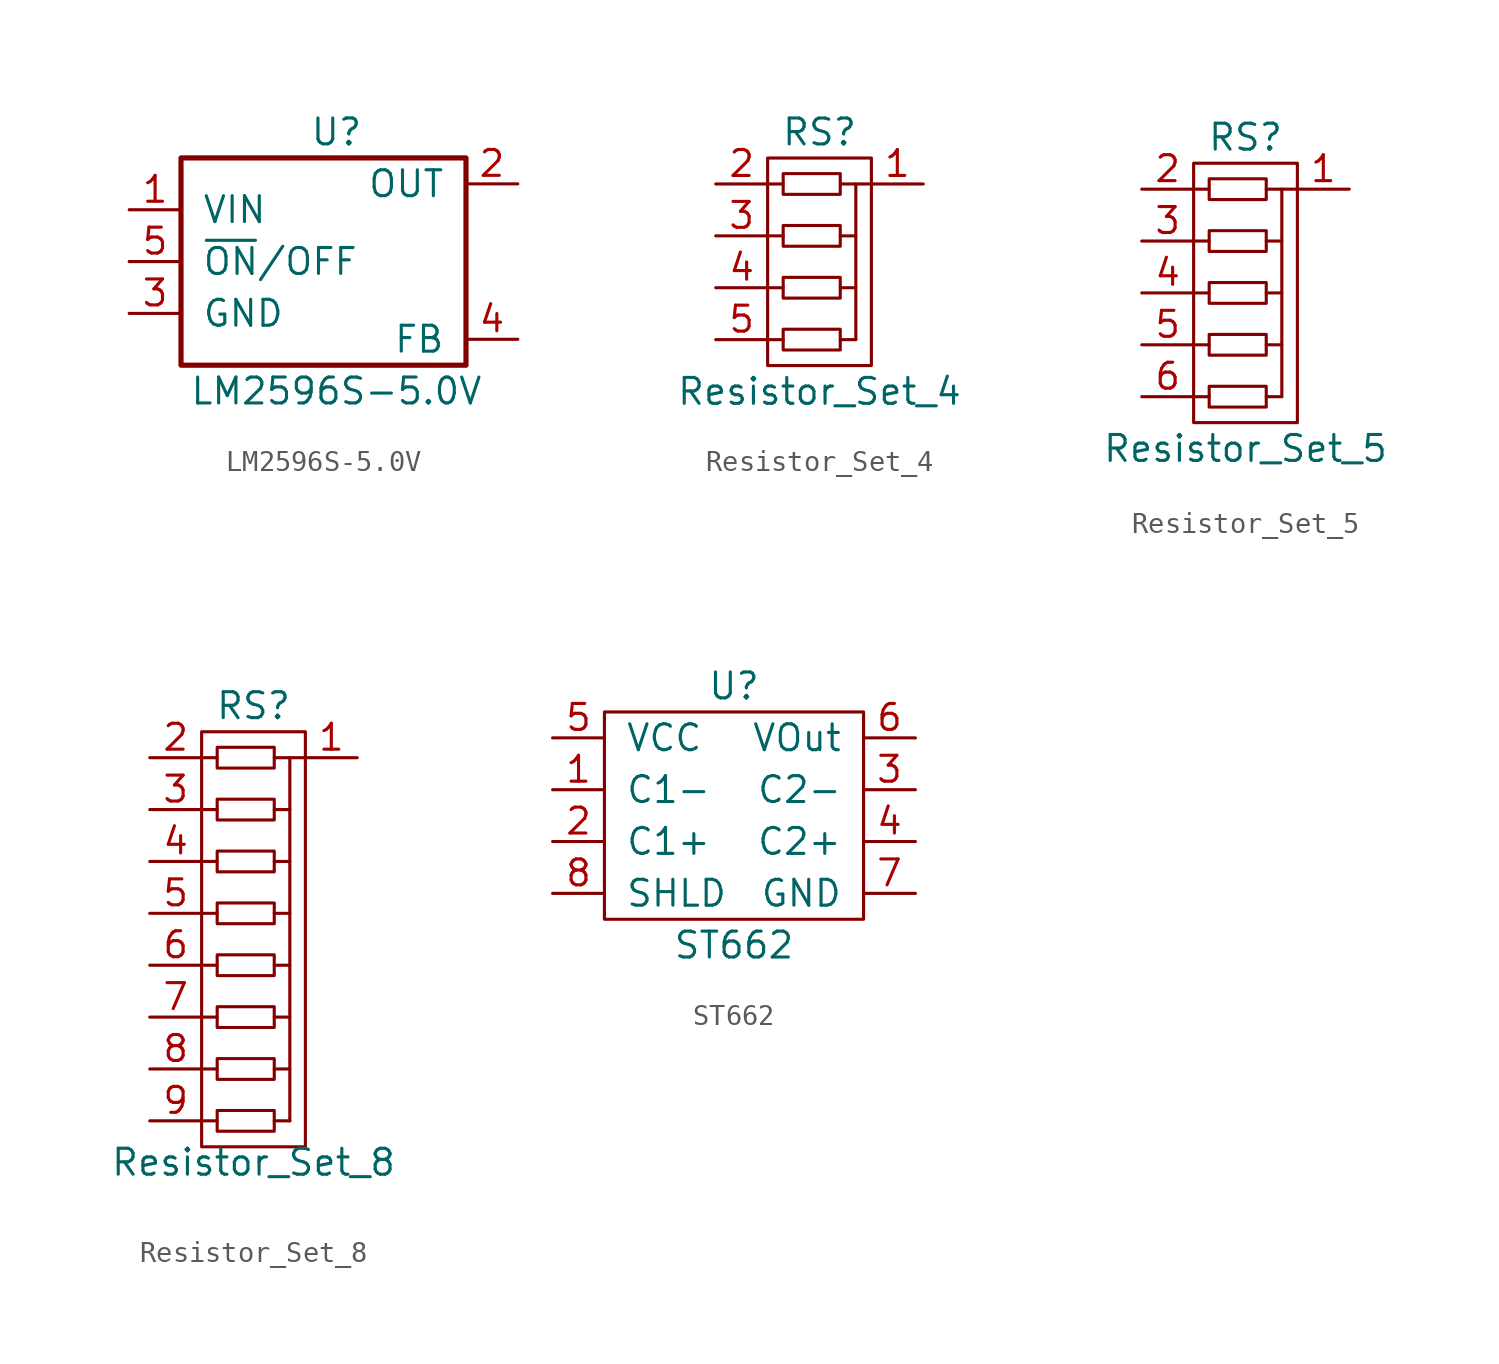
<source format=kicad_sym>
(kicad_symbol_lib
  (version 20211014)
  (generator kicad_symbol_editor)
  (symbol "LM2596S-5.0V"
    (pin_names
      (offset 1.016))
    (property "Reference" "U"
      (at 0 6.35 0)
      (effects (font (size 1.27 1.27))))
    (property "Value" "LM2596S-5.0V"
      (at 0 -6.35 0)
      (effects (font (size 1.27 1.27))))
    (symbol "LM2596S-5.0V_1_1"
      (rectangle (start -7.62 5.08) (end 6.35 -5.08) (stroke (width 0.254) (type default) (color 0 0 0 0)) (fill (type none)))
      (pin power_in line (at -10.16 2.54 0) (length 2.54) (name "VIN" (effects (font (size 1.27 1.27)))) (number "1" (effects (font (size 1.27 1.27)))))
      (pin power_out line (at 8.89 3.81 180) (length 2.54) (name "OUT" (effects (font (size 1.27 1.27)))) (number "2" (effects (font (size 1.27 1.27)))))
      (pin power_in line (at -10.16 -2.54 0) (length 2.54) (name "GND" (effects (font (size 1.27 1.27)))) (number "3" (effects (font (size 1.27 1.27)))))
      (pin input line (at 8.89 -3.81 180) (length 2.54) (name "FB" (effects (font (size 1.27 1.27)))) (number "4" (effects (font (size 1.27 1.27)))))
      (pin input line (at -10.16 0 0) (length 2.54) (name "~{ON}/OFF" (effects (font (size 1.27 1.27)))) (number "5" (effects (font (size 1.27 1.27)))))))
  (symbol "Resistor_Set_4"
    (pin_names
      (offset 1.016) hide)
    (property "Reference" "RS"
      (at 0 6.35 0)
      (effects (font (size 1.27 1.27))))
    (property "Value" "Resistor_Set_4"
      (at 0 -6.35 0)
      (effects (font (size 1.27 1.27))))
    (symbol "Resistor_Set_4_1_1"
      (rectangle (start -2.54 -5.08) (end 2.54 5.08) (stroke (width 0) (type default) (color 0 0 0 0)) (fill (type none)))
      (rectangle (start -1.778 -4.318) (end 1.016 -3.302) (stroke (width 0) (type default) (color 0 0 0 0)) (fill (type none)))
      (rectangle (start -1.778 -1.778) (end 1.016 -0.762) (stroke (width 0) (type default) (color 0 0 0 0)) (fill (type none)))
      (rectangle (start -1.778 0.762) (end 1.016 1.778) (stroke (width 0) (type default) (color 0 0 0 0)) (fill (type none)))
      (rectangle (start -1.778 3.302) (end 1.016 4.318) (stroke (width 0) (type default) (color 0 0 0 0)) (fill (type none)))
      (polyline (pts (xy -2.54 -3.81) (xy -1.778 -3.81)) (stroke (width 0) (type default) (color 0 0 0 0)) (fill (type none)))
      (polyline (pts (xy -2.54 -1.27) (xy -1.778 -1.27)) (stroke (width 0) (type default) (color 0 0 0 0)) (fill (type none)))
      (polyline (pts (xy -2.54 1.27) (xy -1.778 1.27)) (stroke (width 0) (type default) (color 0 0 0 0)) (fill (type none)))
      (polyline (pts (xy -2.54 3.81) (xy -1.778 3.81)) (stroke (width 0) (type default) (color 0 0 0 0)) (fill (type none)))
      (polyline (pts (xy 1.016 -3.81) (xy 1.778 -3.81)) (stroke (width 0) (type default) (color 0 0 0 0)) (fill (type none)))
      (polyline (pts (xy 1.016 -1.27) (xy 1.778 -1.27)) (stroke (width 0) (type default) (color 0 0 0 0)) (fill (type none)))
      (polyline (pts (xy 1.016 1.27) (xy 1.778 1.27)) (stroke (width 0) (type default) (color 0 0 0 0)) (fill (type none)))
      (polyline (pts (xy 1.778 3.81) (xy 1.778 -3.81)) (stroke (width 0) (type default) (color 0 0 0 0)) (fill (type none)))
      (polyline (pts (xy 1.016 3.81) (xy 2.54 3.81) (xy 1.778 3.81)) (stroke (width 0) (type default) (color 0 0 0 0)) (fill (type none)))
      (pin passive line (at 5.08 3.81 180) (length 2.54) (name "COM" (effects (font (size 1.27 1.27)))) (number "1" (effects (font (size 1.27 1.27)))))
      (pin passive line (at -5.08 3.81 0) (length 2.54) (name "R1" (effects (font (size 1.27 1.27)))) (number "2" (effects (font (size 1.27 1.27)))))
      (pin passive line (at -5.08 1.27 0) (length 2.54) (name "R2" (effects (font (size 1.27 1.27)))) (number "3" (effects (font (size 1.27 1.27)))))
      (pin passive line (at -5.08 -1.27 0) (length 2.54) (name "R3" (effects (font (size 1.27 1.27)))) (number "4" (effects (font (size 1.27 1.27)))))
      (pin passive line (at -5.08 -3.81 0) (length 2.54) (name "R4" (effects (font (size 1.27 1.27)))) (number "5" (effects (font (size 1.27 1.27)))))))
  (symbol "Resistor_Set_5"
    (pin_names
      (offset 1.016) hide)
    (property "Reference" "RS"
      (at 0 7.62 0)
      (effects (font (size 1.27 1.27))))
    (property "Value" "Resistor_Set_5"
      (at 0 -7.62 0)
      (effects (font (size 1.27 1.27))))
    (symbol "Resistor_Set_5_1_1"
      (rectangle (start -2.54 -6.35) (end 2.54 6.35) (stroke (width 0) (type default) (color 0 0 0 0)) (fill (type none)))
      (rectangle (start -1.778 -5.588) (end 1.016 -4.572) (stroke (width 0) (type default) (color 0 0 0 0)) (fill (type none)))
      (rectangle (start -1.778 -3.048) (end 1.016 -2.032) (stroke (width 0) (type default) (color 0 0 0 0)) (fill (type none)))
      (rectangle (start -1.778 -0.508) (end 1.016 0.508) (stroke (width 0) (type default) (color 0 0 0 0)) (fill (type none)))
      (rectangle (start -1.778 2.032) (end 1.016 3.048) (stroke (width 0) (type default) (color 0 0 0 0)) (fill (type none)))
      (rectangle (start -1.778 4.572) (end 1.016 5.588) (stroke (width 0) (type default) (color 0 0 0 0)) (fill (type none)))
      (polyline (pts (xy -2.54 -5.08) (xy -1.778 -5.08)) (stroke (width 0) (type default) (color 0 0 0 0)) (fill (type none)))
      (polyline (pts (xy -2.54 -2.54) (xy -1.778 -2.54)) (stroke (width 0) (type default) (color 0 0 0 0)) (fill (type none)))
      (polyline (pts (xy -2.54 0) (xy -1.778 0)) (stroke (width 0) (type default) (color 0 0 0 0)) (fill (type none)))
      (polyline (pts (xy -2.54 2.54) (xy -1.778 2.54)) (stroke (width 0) (type default) (color 0 0 0 0)) (fill (type none)))
      (polyline (pts (xy -2.54 5.08) (xy -1.778 5.08)) (stroke (width 0) (type default) (color 0 0 0 0)) (fill (type none)))
      (polyline (pts (xy 1.016 -5.08) (xy 1.778 -5.08)) (stroke (width 0) (type default) (color 0 0 0 0)) (fill (type none)))
      (polyline (pts (xy 1.016 -2.54) (xy 1.778 -2.54)) (stroke (width 0) (type default) (color 0 0 0 0)) (fill (type none)))
      (polyline (pts (xy 1.016 0) (xy 1.778 0)) (stroke (width 0) (type default) (color 0 0 0 0)) (fill (type none)))
      (polyline (pts (xy 1.016 2.54) (xy 1.778 2.54)) (stroke (width 0) (type default) (color 0 0 0 0)) (fill (type none)))
      (polyline (pts (xy 1.778 5.08) (xy 1.778 -5.08)) (stroke (width 0) (type default) (color 0 0 0 0)) (fill (type none)))
      (polyline (pts (xy 1.016 5.08) (xy 2.54 5.08) (xy 1.778 5.08)) (stroke (width 0) (type default) (color 0 0 0 0)) (fill (type none)))
      (pin passive line (at 5.08 5.08 180) (length 2.54) (name "COM" (effects (font (size 1.27 1.27)))) (number "1" (effects (font (size 1.27 1.27)))))
      (pin passive line (at -5.08 5.08 0) (length 2.54) (name "R1" (effects (font (size 1.27 1.27)))) (number "2" (effects (font (size 1.27 1.27)))))
      (pin passive line (at -5.08 2.54 0) (length 2.54) (name "R2" (effects (font (size 1.27 1.27)))) (number "3" (effects (font (size 1.27 1.27)))))
      (pin passive line (at -5.08 0 0) (length 2.54) (name "R3" (effects (font (size 1.27 1.27)))) (number "4" (effects (font (size 1.27 1.27)))))
      (pin passive line (at -5.08 -2.54 0) (length 2.54) (name "R4" (effects (font (size 1.27 1.27)))) (number "5" (effects (font (size 1.27 1.27)))))
      (pin passive line (at -5.08 -5.08 0) (length 2.54) (name "R5" (effects (font (size 1.27 1.27)))) (number "6" (effects (font (size 1.27 1.27)))))))
  (symbol "Resistor_Set_8"
    (pin_names
      (offset 1.016) hide)
    (property "Reference" "RS"
      (at 0 11.43 0)
      (effects (font (size 1.27 1.27))))
    (property "Value" "Resistor_Set_8"
      (at 0 -10.922 0)
      (effects (font (size 1.27 1.27))))
    (symbol "Resistor_Set_8_0_1"
      (rectangle (start -2.54 -10.16) (end 2.54 10.16) (stroke (width 0) (type default) (color 0 0 0 0)) (fill (type none)))
      (rectangle (start -1.778 -9.398) (end 1.016 -8.382) (stroke (width 0) (type default) (color 0 0 0 0)) (fill (type none)))
      (rectangle (start -1.778 -6.858) (end 1.016 -5.842) (stroke (width 0) (type default) (color 0 0 0 0)) (fill (type none)))
      (rectangle (start -1.778 -4.318) (end 1.016 -3.302) (stroke (width 0) (type default) (color 0 0 0 0)) (fill (type none)))
      (rectangle (start -1.778 -1.778) (end 1.016 -0.762) (stroke (width 0) (type default) (color 0 0 0 0)) (fill (type none)))
      (rectangle (start -1.778 0.762) (end 1.016 1.778) (stroke (width 0) (type default) (color 0 0 0 0)) (fill (type none)))
      (rectangle (start -1.778 3.302) (end 1.016 4.318) (stroke (width 0) (type default) (color 0 0 0 0)) (fill (type none)))
      (rectangle (start -1.778 5.842) (end 1.016 6.858) (stroke (width 0) (type default) (color 0 0 0 0)) (fill (type none)))
      (rectangle (start -1.778 8.382) (end 1.016 9.398) (stroke (width 0) (type default) (color 0 0 0 0)) (fill (type none)))
      (polyline (pts (xy -2.54 -8.89) (xy -1.778 -8.89)) (stroke (width 0) (type default) (color 0 0 0 0)) (fill (type none)))
      (polyline (pts (xy -2.54 -6.35) (xy -1.778 -6.35)) (stroke (width 0) (type default) (color 0 0 0 0)) (fill (type none)))
      (polyline (pts (xy -2.54 -3.81) (xy -1.778 -3.81)) (stroke (width 0) (type default) (color 0 0 0 0)) (fill (type none)))
      (polyline (pts (xy -2.54 -1.27) (xy -1.778 -1.27)) (stroke (width 0) (type default) (color 0 0 0 0)) (fill (type none)))
      (polyline (pts (xy -2.54 1.27) (xy -1.778 1.27)) (stroke (width 0) (type default) (color 0 0 0 0)) (fill (type none)))
      (polyline (pts (xy -2.54 3.81) (xy -1.778 3.81)) (stroke (width 0) (type default) (color 0 0 0 0)) (fill (type none)))
      (polyline (pts (xy -2.54 6.35) (xy -1.778 6.35)) (stroke (width 0) (type default) (color 0 0 0 0)) (fill (type none)))
      (polyline (pts (xy -2.54 8.89) (xy -1.778 8.89)) (stroke (width 0) (type default) (color 0 0 0 0)) (fill (type none)))
      (polyline (pts (xy 1.016 -8.89) (xy 1.778 -8.89)) (stroke (width 0) (type default) (color 0 0 0 0)) (fill (type none)))
      (polyline (pts (xy 1.016 -6.35) (xy 1.778 -6.35)) (stroke (width 0) (type default) (color 0 0 0 0)) (fill (type none)))
      (polyline (pts (xy 1.016 -3.81) (xy 1.778 -3.81)) (stroke (width 0) (type default) (color 0 0 0 0)) (fill (type none)))
      (polyline (pts (xy 1.016 -1.27) (xy 1.778 -1.27)) (stroke (width 0) (type default) (color 0 0 0 0)) (fill (type none)))
      (polyline (pts (xy 1.016 1.27) (xy 1.778 1.27)) (stroke (width 0) (type default) (color 0 0 0 0)) (fill (type none)))
      (polyline (pts (xy 1.016 3.81) (xy 1.778 3.81)) (stroke (width 0) (type default) (color 0 0 0 0)) (fill (type none)))
      (polyline (pts (xy 1.016 6.35) (xy 1.778 6.35)) (stroke (width 0) (type default) (color 0 0 0 0)) (fill (type none)))
      (polyline (pts (xy 1.778 8.89) (xy 1.778 -8.89)) (stroke (width 0) (type default) (color 0 0 0 0)) (fill (type none)))
      (polyline (pts (xy 1.016 8.89) (xy 2.54 8.89) (xy 1.778 8.89)) (stroke (width 0) (type default) (color 0 0 0 0)) (fill (type none))))
    (symbol "Resistor_Set_8_1_1"
      (pin passive line (at 5.08 8.89 180) (length 2.54) (name "COM" (effects (font (size 1.27 1.27)))) (number "1" (effects (font (size 1.27 1.27)))))
      (pin passive line (at -5.08 8.89 0) (length 2.54) (name "R1" (effects (font (size 1.27 1.27)))) (number "2" (effects (font (size 1.27 1.27)))))
      (pin passive line (at -5.08 6.35 0) (length 2.54) (name "R2" (effects (font (size 1.27 1.27)))) (number "3" (effects (font (size 1.27 1.27)))))
      (pin passive line (at -5.08 3.81 0) (length 2.54) (name "R3" (effects (font (size 1.27 1.27)))) (number "4" (effects (font (size 1.27 1.27)))))
      (pin passive line (at -5.08 1.27 0) (length 2.54) (name "R4" (effects (font (size 1.27 1.27)))) (number "5" (effects (font (size 1.27 1.27)))))
      (pin passive line (at -5.08 -1.27 0) (length 2.54) (name "R5" (effects (font (size 1.27 1.27)))) (number "6" (effects (font (size 1.27 1.27)))))
      (pin passive line (at -5.08 -3.81 0) (length 2.54) (name "R6" (effects (font (size 1.27 1.27)))) (number "7" (effects (font (size 1.27 1.27)))))
      (pin passive line (at -5.08 -6.35 0) (length 2.54) (name "R7" (effects (font (size 1.27 1.27)))) (number "8" (effects (font (size 1.27 1.27)))))
      (pin passive line (at -5.08 -8.89 0) (length 2.54) (name "R8" (effects (font (size 1.27 1.27)))) (number "9" (effects (font (size 1.27 1.27)))))))
  (symbol "ST662"
    (pin_names
      (offset 1.016))
    (property "Reference" "U"
      (at 0 3.81 0)
      (effects (font (size 1.27 1.27))))
    (property "Value" "ST662"
      (at 0 -8.89 0)
      (effects (font (size 1.27 1.27))))
    (symbol "ST662_0_1"
      (rectangle (start -6.35 2.54) (end 6.35 -7.62) (stroke (width 0) (type default) (color 0 0 0 0)) (fill (type none))))
    (symbol "ST662_1_1"
      (pin passive line (at -8.89 -1.27 0) (length 2.54) (name "C1-" (effects (font (size 1.27 1.27)))) (number "1" (effects (font (size 1.27 1.27)))))
      (pin passive line (at -8.89 -3.81 0) (length 2.54) (name "C1+" (effects (font (size 1.27 1.27)))) (number "2" (effects (font (size 1.27 1.27)))))
      (pin passive line (at 8.89 -1.27 180) (length 2.54) (name "C2-" (effects (font (size 1.27 1.27)))) (number "3" (effects (font (size 1.27 1.27)))))
      (pin passive line (at 8.89 -3.81 180) (length 2.54) (name "C2+" (effects (font (size 1.27 1.27)))) (number "4" (effects (font (size 1.27 1.27)))))
      (pin power_in line (at -8.89 1.27 0) (length 2.54) (name "VCC" (effects (font (size 1.27 1.27)))) (number "5" (effects (font (size 1.27 1.27)))))
      (pin power_out line (at 8.89 1.27 180) (length 2.54) (name "VOut" (effects (font (size 1.27 1.27)))) (number "6" (effects (font (size 1.27 1.27)))))
      (pin power_in line (at 8.89 -6.35 180) (length 2.54) (name "GND" (effects (font (size 1.27 1.27)))) (number "7" (effects (font (size 1.27 1.27)))))
      (pin input line (at -8.89 -6.35 0) (length 2.54) (name "SHLD" (effects (font (size 1.27 1.27)))) (number "8" (effects (font (size 1.27 1.27))))))))
</source>
